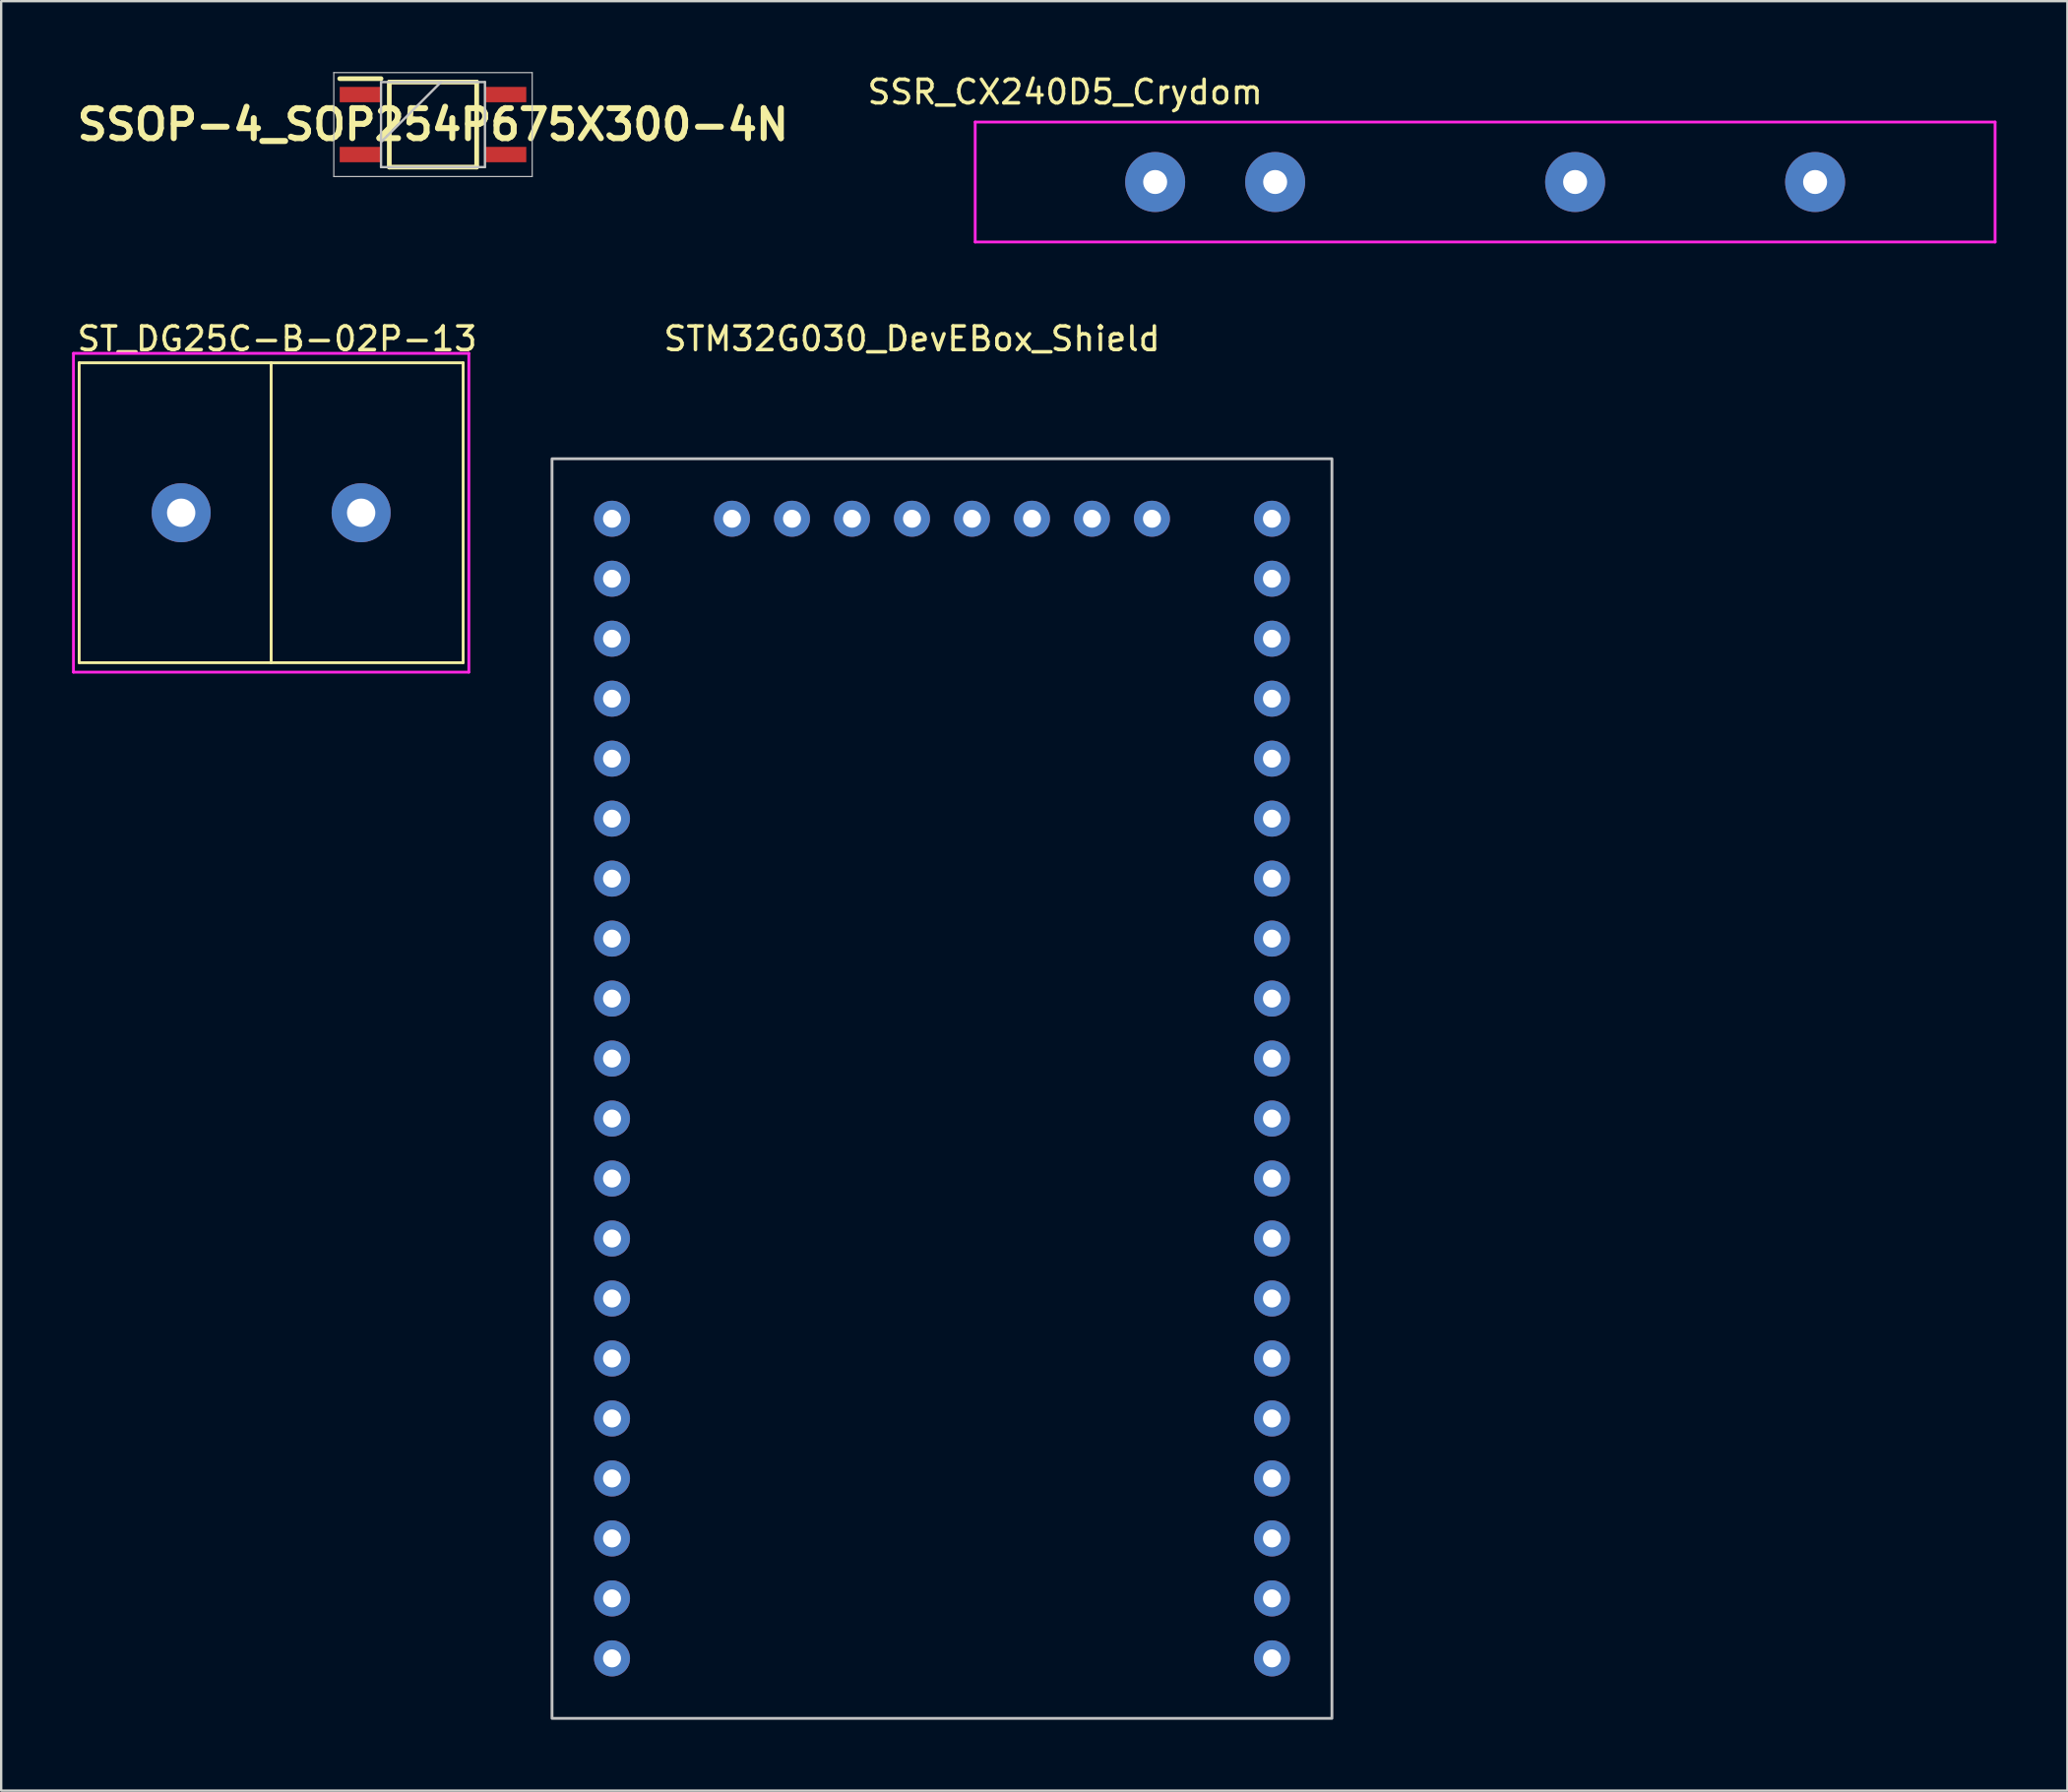
<source format=kicad_pcb>
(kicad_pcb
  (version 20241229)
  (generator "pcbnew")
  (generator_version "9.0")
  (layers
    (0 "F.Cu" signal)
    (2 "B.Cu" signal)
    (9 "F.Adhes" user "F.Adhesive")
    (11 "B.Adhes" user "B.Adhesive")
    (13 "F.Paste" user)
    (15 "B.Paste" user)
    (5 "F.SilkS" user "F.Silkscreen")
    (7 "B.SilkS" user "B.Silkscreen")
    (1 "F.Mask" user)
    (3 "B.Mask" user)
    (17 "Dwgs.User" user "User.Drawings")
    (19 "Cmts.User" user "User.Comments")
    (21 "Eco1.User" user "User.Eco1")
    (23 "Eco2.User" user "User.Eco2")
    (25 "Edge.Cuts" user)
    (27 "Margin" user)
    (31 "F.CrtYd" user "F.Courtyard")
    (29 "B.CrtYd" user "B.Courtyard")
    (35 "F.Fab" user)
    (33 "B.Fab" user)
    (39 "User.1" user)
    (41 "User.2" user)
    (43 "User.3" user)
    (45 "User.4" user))
  (footprint "SSR_CX240D5_Crydom"
    (layer "F.Cu")
    (at 38.237 7.198)
    (property "Reference" "SSR_CX240D5_Crydom" (at 3.81 -6.35 0) (layer "F.SilkS") (effects (font (size 1 1) (thickness 0.15))))
    (attr through_hole)
    (fp_line (start 0 -5.08) (end 0 0) (stroke (width 0.12) (type solid)) (layer "F.CrtYd"))
    (fp_line (start 0 0) (end 43.18 0) (stroke (width 0.12) (type solid)) (layer "F.CrtYd"))
    (fp_line (start 43.18 -5.08) (end 0 -5.08) (stroke (width 0.12) (type solid)) (layer "F.CrtYd"))
    (fp_line (start 43.18 0) (end 43.18 -5.08) (stroke (width 0.12) (type solid)) (layer "F.CrtYd"))
    (pad "1" thru_hole circle (at 35.56 -2.54) (size 2.54 2.54) (drill 1.016) (layers "*.Cu" "*.Mask"))
    (pad "2" thru_hole circle (at 25.4 -2.54) (size 2.54 2.54) (drill 1.016) (layers "*.Cu" "*.Mask"))
    (pad "3" thru_hole circle (at 12.7 -2.54) (size 2.54 2.54) (drill 1.016) (layers "*.Cu" "*.Mask"))
    (pad "4" thru_hole circle (at 7.62 -2.54) (size 2.54 2.54) (drill 1.016) (layers "*.Cu" "*.Mask")))
  (footprint "ST_DG25C-B-02P-13"
    (layer "F.Cu")
    (at 8.43 18.663)
    (property "Reference" "ST_DG25C-B-02P-13" (at 0.254 -7.366 0) (layer "F.SilkS") (effects (font (size 1 1) (thickness 0.15))))
    (attr through_hole)
    (fp_line (start -8.128 -6.35) (end 8.128 -6.35) (stroke (width 0.12) (type solid)) (layer "F.SilkS"))
    (fp_line (start -8.128 6.35) (end -8.128 -6.35) (stroke (width 0.12) (type solid)) (layer "F.SilkS"))
    (fp_line (start 0 -6.35) (end 0 6.35) (stroke (width 0.12) (type solid)) (layer "F.SilkS"))
    (fp_line (start 8.128 -6.35) (end 8.128 6.35) (stroke (width 0.12) (type solid)) (layer "F.SilkS"))
    (fp_line (start 8.128 6.35) (end -8.128 6.35) (stroke (width 0.12) (type solid)) (layer "F.SilkS"))
    (fp_line (start -8.37 -6.75) (end 8.37 -6.75) (stroke (width 0.12) (type solid)) (layer "F.CrtYd"))
    (fp_line (start -8.37 6.75) (end -8.37 -6.75) (stroke (width 0.12) (type solid)) (layer "F.CrtYd"))
    (fp_line (start 8.37 -6.75) (end 8.37 6.75) (stroke (width 0.12) (type solid)) (layer "F.CrtYd"))
    (fp_line (start 8.37 6.75) (end -8.37 6.75) (stroke (width 0.12) (type solid)) (layer "F.CrtYd"))
    (pad "1" thru_hole circle (at -3.81 0) (size 2.5 2.5) (drill 1.2) (layers "*.Cu" "*.Mask"))
    (pad "2" thru_hole circle (at 3.81 0) (size 2.5 2.5) (drill 1.2) (layers "*.Cu" "*.Mask")))
  (footprint "STM32G030_DevEBox_Shield"
    (layer "F.Cu")
    (at 36.831 43.047)
    (property "Reference" "STM32G030_DevEBox_Shield" (at -1.27 -31.75 0) (unlocked yes) (layer "F.SilkS") (effects (font (size 1 1) (thickness 0.15))))
    (attr through_hole)
    (fp_rect (start -16.51 -26.67) (end 16.51 26.67) (stroke (width 0.12) (type solid)) (fill no) (layer "Dwgs.User"))
    (pad "1" thru_hole circle (at -13.97 -24.13) (size 1.524 1.524) (drill 0.762) (layers "*.Cu" "*.Mask"))
    (pad "2" thru_hole circle (at -13.97 -21.59) (size 1.524 1.524) (drill 0.762) (layers "*.Cu" "*.Mask"))
    (pad "3" thru_hole circle (at -13.97 -19.05) (size 1.524 1.524) (drill 0.762) (layers "*.Cu" "*.Mask"))
    (pad "4" thru_hole circle (at -13.97 -16.51) (size 1.524 1.524) (drill 0.762) (layers "*.Cu" "*.Mask"))
    (pad "5" thru_hole circle (at -13.97 -13.97) (size 1.524 1.524) (drill 0.762) (layers "*.Cu" "*.Mask"))
    (pad "6" thru_hole circle (at -13.97 -11.43) (size 1.524 1.524) (drill 0.762) (layers "*.Cu" "*.Mask"))
    (pad "7" thru_hole circle (at -13.97 -8.89) (size 1.524 1.524) (drill 0.762) (layers "*.Cu" "*.Mask"))
    (pad "8" thru_hole circle (at -13.97 -6.35) (size 1.524 1.524) (drill 0.762) (layers "*.Cu" "*.Mask"))
    (pad "9" thru_hole circle (at -13.97 -3.81) (size 1.524 1.524) (drill 0.762) (layers "*.Cu" "*.Mask"))
    (pad "10" thru_hole circle (at -13.97 -1.27) (size 1.524 1.524) (drill 0.762) (layers "*.Cu" "*.Mask"))
    (pad "11" thru_hole circle (at -13.97 1.27) (size 1.524 1.524) (drill 0.762) (layers "*.Cu" "*.Mask"))
    (pad "12" thru_hole circle (at -13.97 3.81) (size 1.524 1.524) (drill 0.762) (layers "*.Cu" "*.Mask"))
    (pad "13" thru_hole circle (at -13.97 6.35) (size 1.524 1.524) (drill 0.762) (layers "*.Cu" "*.Mask"))
    (pad "14" thru_hole circle (at -13.97 8.89) (size 1.524 1.524) (drill 0.762) (layers "*.Cu" "*.Mask"))
    (pad "15" thru_hole circle (at -13.97 11.43) (size 1.524 1.524) (drill 0.762) (layers "*.Cu" "*.Mask"))
    (pad "16" thru_hole circle (at -13.97 13.97) (size 1.524 1.524) (drill 0.762) (layers "*.Cu" "*.Mask"))
    (pad "17" thru_hole circle (at -13.97 16.51) (size 1.524 1.524) (drill 0.762) (layers "*.Cu" "*.Mask"))
    (pad "18" thru_hole circle (at -13.97 19.05) (size 1.524 1.524) (drill 0.762) (layers "*.Cu" "*.Mask"))
    (pad "19" thru_hole circle (at -13.97 21.59) (size 1.524 1.524) (drill 0.762) (layers "*.Cu" "*.Mask"))
    (pad "20" thru_hole circle (at -13.97 24.13) (size 1.524 1.524) (drill 0.762) (layers "*.Cu" "*.Mask"))
    (pad "21" thru_hole circle (at 13.97 24.13) (size 1.524 1.524) (drill 0.762) (layers "*.Cu" "*.Mask"))
    (pad "22" thru_hole circle (at 13.97 21.59) (size 1.524 1.524) (drill 0.762) (layers "*.Cu" "*.Mask"))
    (pad "23" thru_hole circle (at 13.97 19.05) (size 1.524 1.524) (drill 0.762) (layers "*.Cu" "*.Mask"))
    (pad "24" thru_hole circle (at 13.97 16.51) (size 1.524 1.524) (drill 0.762) (layers "*.Cu" "*.Mask"))
    (pad "25" thru_hole circle (at 13.97 13.97) (size 1.524 1.524) (drill 0.762) (layers "*.Cu" "*.Mask"))
    (pad "26" thru_hole circle (at 13.97 11.43) (size 1.524 1.524) (drill 0.762) (layers "*.Cu" "*.Mask"))
    (pad "27" thru_hole circle (at 13.97 8.89) (size 1.524 1.524) (drill 0.762) (layers "*.Cu" "*.Mask"))
    (pad "28" thru_hole circle (at 13.97 6.35) (size 1.524 1.524) (drill 0.762) (layers "*.Cu" "*.Mask"))
    (pad "29" thru_hole circle (at 13.97 3.81) (size 1.524 1.524) (drill 0.762) (layers "*.Cu" "*.Mask"))
    (pad "30" thru_hole circle (at 13.97 1.27) (size 1.524 1.524) (drill 0.762) (layers "*.Cu" "*.Mask"))
    (pad "31" thru_hole circle (at 13.97 -1.27) (size 1.524 1.524) (drill 0.762) (layers "*.Cu" "*.Mask"))
    (pad "32" thru_hole circle (at 13.97 -3.81) (size 1.524 1.524) (drill 0.762) (layers "*.Cu" "*.Mask"))
    (pad "33" thru_hole circle (at 13.97 -6.35) (size 1.524 1.524) (drill 0.762) (layers "*.Cu" "*.Mask"))
    (pad "34" thru_hole circle (at 13.97 -8.89) (size 1.524 1.524) (drill 0.762) (layers "*.Cu" "*.Mask"))
    (pad "35" thru_hole circle (at 13.97 -11.43) (size 1.524 1.524) (drill 0.762) (layers "*.Cu" "*.Mask"))
    (pad "36" thru_hole circle (at 13.97 -13.97) (size 1.524 1.524) (drill 0.762) (layers "*.Cu" "*.Mask"))
    (pad "37" thru_hole circle (at 13.97 -16.51) (size 1.524 1.524) (drill 0.762) (layers "*.Cu" "*.Mask"))
    (pad "38" thru_hole circle (at 13.97 -19.05) (size 1.524 1.524) (drill 0.762) (layers "*.Cu" "*.Mask"))
    (pad "39" thru_hole circle (at 13.97 -21.59) (size 1.524 1.524) (drill 0.762) (layers "*.Cu" "*.Mask"))
    (pad "40" thru_hole circle (at 13.97 -24.13) (size 1.524 1.524) (drill 0.762) (layers "*.Cu" "*.Mask"))
    (pad "41" thru_hole circle (at 8.89 -24.13) (size 1.524 1.524) (drill 0.762) (layers "*.Cu" "*.Mask"))
    (pad "42" thru_hole circle (at 6.35 -24.13) (size 1.524 1.524) (drill 0.762) (layers "*.Cu" "*.Mask"))
    (pad "43" thru_hole circle (at 3.81 -24.13) (size 1.524 1.524) (drill 0.762) (layers "*.Cu" "*.Mask"))
    (pad "44" thru_hole circle (at 1.27 -24.13) (size 1.524 1.524) (drill 0.762) (layers "*.Cu" "*.Mask"))
    (pad "45" thru_hole circle (at -1.27 -24.13) (size 1.524 1.524) (drill 0.762) (layers "*.Cu" "*.Mask"))
    (pad "46" thru_hole circle (at -3.81 -24.13) (size 1.524 1.524) (drill 0.762) (layers "*.Cu" "*.Mask"))
    (pad "47" thru_hole circle (at -6.35 -24.13) (size 1.524 1.524) (drill 0.762) (layers "*.Cu" "*.Mask"))
    (pad "48" thru_hole circle (at -8.89 -24.13) (size 1.524 1.524) (drill 0.762) (layers "*.Cu" "*.Mask")))
  (footprint "SSOP-4_SOP254P675X300-4N"
    (layer "F.Cu")
    (at 15.282 2.225)
    (property "Reference" "SSOP-4_SOP254P675X300-4N" (at 0 0 0) (layer "F.SilkS") (effects (font (size 1.27 1.27) (thickness 0.254))))
    (attr smd)
    (fp_line (start -3.95 -1.945) (end -2.2 -1.945) (stroke (width 0.2) (type solid)) (layer "F.SilkS"))
    (fp_line (start -1.85 -1.8) (end 1.85 -1.8) (stroke (width 0.2) (type solid)) (layer "F.SilkS"))
    (fp_line (start -1.85 1.8) (end -1.85 -1.8) (stroke (width 0.2) (type solid)) (layer "F.SilkS"))
    (fp_line (start 1.85 -1.8) (end 1.85 1.8) (stroke (width 0.2) (type solid)) (layer "F.SilkS"))
    (fp_line (start 1.85 1.8) (end -1.85 1.8) (stroke (width 0.2) (type solid)) (layer "F.SilkS"))
    (fp_line (start -4.2 -2.2) (end 4.2 -2.2) (stroke (width 0.05) (type solid)) (layer "Dwgs.User"))
    (fp_line (start -4.2 2.2) (end -4.2 -2.2) (stroke (width 0.05) (type solid)) (layer "Dwgs.User"))
    (fp_line (start -2.2 -1.8) (end 2.2 -1.8) (stroke (width 0.1) (type solid)) (layer "Dwgs.User"))
    (fp_line (start -2.2 0.74) (end 0.34 -1.8) (stroke (width 0.1) (type solid)) (layer "Dwgs.User"))
    (fp_line (start -2.2 1.8) (end -2.2 -1.8) (stroke (width 0.1) (type solid)) (layer "Dwgs.User"))
    (fp_line (start 2.2 -1.8) (end 2.2 1.8) (stroke (width 0.1) (type solid)) (layer "Dwgs.User"))
    (fp_line (start 2.2 1.8) (end -2.2 1.8) (stroke (width 0.1) (type solid)) (layer "Dwgs.User"))
    (fp_line (start 4.2 -2.2) (end 4.2 2.2) (stroke (width 0.05) (type solid)) (layer "Dwgs.User"))
    (fp_line (start 4.2 2.2) (end -4.2 2.2) (stroke (width 0.05) (type solid)) (layer "Dwgs.User"))
    (pad "1" smd rect (at -3.075 -1.27 90) (size 0.65 1.75) (layers "F.Cu" "F.Mask" "F.Paste"))
    (pad "2" smd rect (at -3.075 1.27 90) (size 0.65 1.75) (layers "F.Cu" "F.Mask" "F.Paste"))
    (pad "3" smd rect (at 3.075 1.27 90) (size 0.65 1.75) (layers "F.Cu" "F.Mask" "F.Paste"))
    (pad "4" smd rect (at 3.075 -1.27 90) (size 0.65 1.75) (layers "F.Cu" "F.Mask" "F.Paste")))
  (gr_rect
    (start -3 -3)
    (end 84.477 72.776)
    (stroke (width 0.1) (type default))
    (fill no)
    (layer "Edge.Cuts")))
</source>
